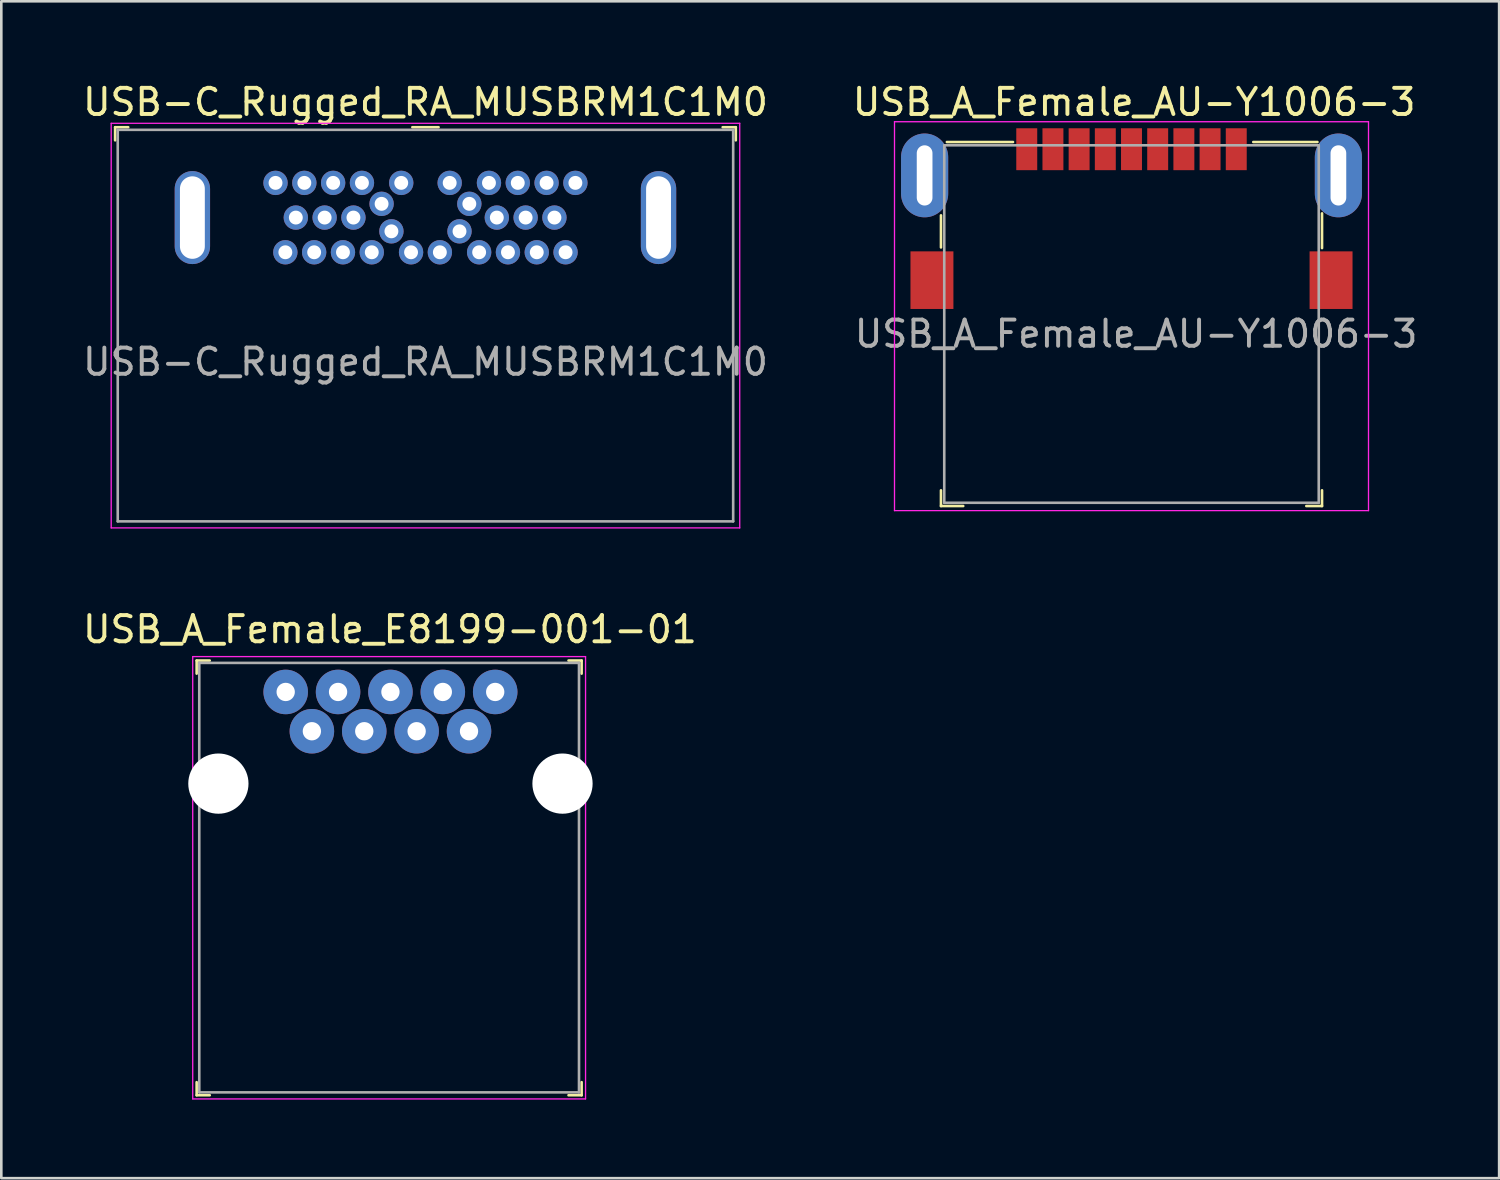
<source format=kicad_pcb>
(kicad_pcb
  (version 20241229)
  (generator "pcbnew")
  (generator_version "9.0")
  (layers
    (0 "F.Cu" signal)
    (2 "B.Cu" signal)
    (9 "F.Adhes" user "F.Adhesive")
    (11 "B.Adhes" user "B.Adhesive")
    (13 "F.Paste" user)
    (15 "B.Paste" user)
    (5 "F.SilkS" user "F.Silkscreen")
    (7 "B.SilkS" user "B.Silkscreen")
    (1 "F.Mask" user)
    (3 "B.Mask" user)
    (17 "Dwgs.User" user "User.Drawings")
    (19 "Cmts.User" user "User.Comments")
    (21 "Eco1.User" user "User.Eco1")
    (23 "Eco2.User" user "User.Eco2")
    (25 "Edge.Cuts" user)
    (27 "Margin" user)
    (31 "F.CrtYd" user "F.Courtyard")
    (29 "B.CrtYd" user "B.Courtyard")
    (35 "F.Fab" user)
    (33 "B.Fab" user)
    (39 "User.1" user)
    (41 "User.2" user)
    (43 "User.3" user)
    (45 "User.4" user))
  (footprint "USB_A_Female_E8199-001-01"
    (layer "F.Cu")
    (at 8.859 24.872)
    (property "Reference" "USB_A_Female_E8199-001-01" (at 2.98 -3.89 0) (layer "F.SilkS") (effects (font (size 1 1) (thickness 0.15))))
    (attr through_hole)
    (fp_line (start -4.4 -2.7) (end -4.4 -2.2) (stroke (width 0.1) (type solid)) (layer "F.SilkS"))
    (fp_line (start -4.4 -2.7) (end -3.9 -2.7) (stroke (width 0.1) (type solid)) (layer "F.SilkS"))
    (fp_line (start -4.4 13.9) (end -4.4 13.4) (stroke (width 0.1) (type solid)) (layer "F.SilkS"))
    (fp_line (start -4.4 13.9) (end -3.9 13.9) (stroke (width 0.1) (type solid)) (layer "F.SilkS"))
    (fp_line (start 10.3 -2.7) (end 9.8 -2.7) (stroke (width 0.1) (type solid)) (layer "F.SilkS"))
    (fp_line (start 10.3 -2.7) (end 10.3 -2.2) (stroke (width 0.1) (type solid)) (layer "F.SilkS"))
    (fp_line (start 10.3 13.9) (end 9.8 13.9) (stroke (width 0.1) (type solid)) (layer "F.SilkS"))
    (fp_line (start 10.3 13.9) (end 10.3 13.4) (stroke (width 0.1) (type solid)) (layer "F.SilkS"))
    (fp_line (start -4.55 -2.85) (end -4.55 14.04) (stroke (width 0.05) (type solid)) (layer "F.CrtYd"))
    (fp_line (start -4.55 -2.85) (end 10.45 -2.85) (stroke (width 0.05) (type solid)) (layer "F.CrtYd"))
    (fp_line (start -4.55 14.04) (end 10.45 14.04) (stroke (width 0.05) (type solid)) (layer "F.CrtYd"))
    (fp_line (start 10.45 -2.85) (end 10.45 14.04) (stroke (width 0.05) (type solid)) (layer "F.CrtYd"))
    (fp_line (start -4.3 -2.61) (end 10.2 -2.61) (stroke (width 0.1) (type solid)) (layer "F.Fab"))
    (fp_line (start -4.3 13.79) (end -4.3 -2.61) (stroke (width 0.1) (type solid)) (layer "F.Fab"))
    (fp_line (start -4.3 13.79) (end 10.2 13.79) (stroke (width 0.1) (type solid)) (layer "F.Fab"))
    (fp_line (start 10.2 -2.61) (end 10.2 13.79) (stroke (width 0.1) (type solid)) (layer "F.Fab"))
    (pad "" np_thru_hole circle (at -3.57 2) (size 2.3 2.3) (drill 2.3) (layers "*.Cu" "*.Mask"))
    (pad "" np_thru_hole circle (at 9.57 2) (size 2.3 2.3) (drill 2.3) (layers "*.Cu" "*.Mask"))
    (pad "1" thru_hole circle (at 0 0) (size 1.7 1.7) (drill 0.7) (layers "*.Cu" "*.Mask"))
    (pad "2" thru_hole circle (at 2 0) (size 1.7 1.7) (drill 0.7) (layers "*.Cu" "*.Mask"))
    (pad "3" thru_hole circle (at 4 0) (size 1.7 1.7) (drill 0.7) (layers "*.Cu" "*.Mask"))
    (pad "4" thru_hole circle (at 6 0) (size 1.7 1.7) (drill 0.7) (layers "*.Cu" "*.Mask"))
    (pad "5" thru_hole circle (at 7 -1.5) (size 1.7 1.7) (drill 0.7) (layers "*.Cu" "*.Mask"))
    (pad "6" thru_hole circle (at 5 -1.5) (size 1.7 1.7) (drill 0.7) (layers "*.Cu" "*.Mask"))
    (pad "7" thru_hole circle (at 3 -1.5) (size 1.7 1.7) (drill 0.7) (layers "*.Cu" "*.Mask"))
    (pad "8" thru_hole circle (at 1 -1.5) (size 1.7 1.7) (drill 0.7) (layers "*.Cu" "*.Mask"))
    (pad "9" thru_hole circle (at -1 -1.5) (size 1.7 1.7) (drill 0.7) (layers "*.Cu" "*.Mask")))
  (footprint "USB-C_Rugged_RA_MUSBRM1C1M0"
    (layer "F.Cu")
    (at 13.196 5.258)
    (property "Reference" "USB-C_Rugged_RA_MUSBRM1C1M0" (at 0 -4.41 0) (layer "F.SilkS") (effects (font (size 1 1) (thickness 0.15))))
    (attr through_hole)
    (fp_line (start -11.85 -3.45) (end -11.85 -2.95) (stroke (width 0.1) (type solid)) (layer "F.SilkS"))
    (fp_line (start -11.85 -3.45) (end -11.35 -3.45) (stroke (width 0.1) (type solid)) (layer "F.SilkS"))
    (fp_line (start -0.5 -3.45) (end 0.5 -3.45) (stroke (width 0.1) (type solid)) (layer "F.SilkS"))
    (fp_line (start 11.85 -3.45) (end 11.35 -3.45) (stroke (width 0.1) (type solid)) (layer "F.SilkS"))
    (fp_line (start 11.85 -3.45) (end 11.85 -2.95) (stroke (width 0.1) (type solid)) (layer "F.SilkS"))
    (fp_line (start -12 -3.6) (end -12 11.85) (stroke (width 0.05) (type solid)) (layer "F.CrtYd"))
    (fp_line (start -12 -3.6) (end 12 -3.6) (stroke (width 0.05) (type solid)) (layer "F.CrtYd"))
    (fp_line (start -12 11.85) (end 12 11.85) (stroke (width 0.05) (type solid)) (layer "F.CrtYd"))
    (fp_line (start 12 -3.6) (end 12 11.85) (stroke (width 0.05) (type solid)) (layer "F.CrtYd"))
    (fp_line (start -11.75 -3.35) (end -11.75 11.6) (stroke (width 0.1) (type solid)) (layer "F.Fab"))
    (fp_line (start 11.75 -3.35) (end -11.75 -3.35) (stroke (width 0.1) (type solid)) (layer "F.Fab"))
    (fp_line (start 11.75 -3.35) (end 11.75 11.6) (stroke (width 0.1) (type solid)) (layer "F.Fab"))
    (fp_line (start 11.75 11.6) (end -11.75 11.6) (stroke (width 0.1) (type solid)) (layer "F.Fab"))
    (fp_text user "${REFERENCE}" (at 0 5.51 0) (layer "F.Fab") (effects (font (size 1 1) (thickness 0.15))))
    (pad "A1" thru_hole circle (at -5.725 -1.325) (size 0.93 0.93) (drill 0.53) (layers "*.Cu" "*.Mask"))
    (pad "A2" thru_hole circle (at -4.625 -1.325) (size 0.93 0.93) (drill 0.53) (layers "*.Cu" "*.Mask"))
    (pad "A3" thru_hole circle (at -3.525 -1.325) (size 0.93 0.93) (drill 0.53) (layers "*.Cu" "*.Mask"))
    (pad "A4" thru_hole circle (at -2.425 -1.325) (size 0.93 0.93) (drill 0.53) (layers "*.Cu" "*.Mask"))
    (pad "A5" thru_hole circle (at -1.675 -0.525) (size 0.93 0.93) (drill 0.53) (layers "*.Cu" "*.Mask"))
    (pad "A6" thru_hole circle (at -0.925 -1.325) (size 0.93 0.93) (drill 0.53) (layers "*.Cu" "*.Mask"))
    (pad "A7" thru_hole circle (at 0.925 -1.325) (size 0.93 0.93) (drill 0.53) (layers "*.Cu" "*.Mask"))
    (pad "A8" thru_hole circle (at 1.675 -0.525) (size 0.93 0.93) (drill 0.53) (layers "*.Cu" "*.Mask"))
    (pad "A9" thru_hole circle (at 2.425 -1.325) (size 0.93 0.93) (drill 0.53) (layers "*.Cu" "*.Mask"))
    (pad "A10" thru_hole circle (at 3.525 -1.325) (size 0.93 0.93) (drill 0.53) (layers "*.Cu" "*.Mask"))
    (pad "A11" thru_hole circle (at 4.625 -1.325) (size 0.93 0.93) (drill 0.53) (layers "*.Cu" "*.Mask"))
    (pad "A12" thru_hole circle (at 5.725 -1.325) (size 0.93 0.93) (drill 0.53) (layers "*.Cu" "*.Mask"))
    (pad "B1" thru_hole circle (at 5.35 1.325) (size 0.93 0.93) (drill 0.53) (layers "*.Cu" "*.Mask"))
    (pad "B2" thru_hole circle (at 4.25 1.325) (size 0.93 0.93) (drill 0.53) (layers "*.Cu" "*.Mask"))
    (pad "B3" thru_hole circle (at 3.15 1.325) (size 0.93 0.93) (drill 0.53) (layers "*.Cu" "*.Mask"))
    (pad "B4" thru_hole circle (at 2.05 1.325) (size 0.93 0.93) (drill 0.53) (layers "*.Cu" "*.Mask"))
    (pad "B5" thru_hole circle (at 1.3 0.525) (size 0.93 0.93) (drill 0.53) (layers "*.Cu" "*.Mask"))
    (pad "B6" thru_hole circle (at 0.55 1.325) (size 0.93 0.93) (drill 0.53) (layers "*.Cu" "*.Mask"))
    (pad "B7" thru_hole circle (at -0.55 1.325) (size 0.93 0.93) (drill 0.53) (layers "*.Cu" "*.Mask"))
    (pad "B8" thru_hole circle (at -1.3 0.525) (size 0.93 0.93) (drill 0.53) (layers "*.Cu" "*.Mask"))
    (pad "B9" thru_hole circle (at -2.05 1.325) (size 0.93 0.93) (drill 0.53) (layers "*.Cu" "*.Mask"))
    (pad "B10" thru_hole circle (at -3.15 1.325) (size 0.93 0.93) (drill 0.53) (layers "*.Cu" "*.Mask"))
    (pad "B11" thru_hole circle (at -4.25 1.325) (size 0.93 0.93) (drill 0.53) (layers "*.Cu" "*.Mask"))
    (pad "B12" thru_hole circle (at -5.35 1.325) (size 0.93 0.93) (drill 0.53) (layers "*.Cu" "*.Mask"))
    (pad "G1" thru_hole circle (at -4.95 0) (size 0.93 0.93) (drill 0.53) (layers "*.Cu" "*.Mask"))
    (pad "G2" thru_hole circle (at -3.85 0) (size 0.93 0.93) (drill 0.53) (layers "*.Cu" "*.Mask"))
    (pad "G3" thru_hole circle (at -2.75 0) (size 0.93 0.93) (drill 0.53) (layers "*.Cu" "*.Mask"))
    (pad "G4" thru_hole circle (at 2.725 0) (size 0.93 0.93) (drill 0.53) (layers "*.Cu" "*.Mask"))
    (pad "G5" thru_hole circle (at 3.825 0) (size 0.93 0.93) (drill 0.53) (layers "*.Cu" "*.Mask"))
    (pad "G6" thru_hole circle (at 4.925 0) (size 0.93 0.93) (drill 0.53) (layers "*.Cu" "*.Mask"))
    (pad "SH" thru_hole oval (at -8.9 0) (size 1.35 3.55) (drill oval 0.95 3.15) (layers "*.Cu" "*.Mask"))
    (pad "SH" thru_hole oval (at 8.9 0) (size 1.35 3.55) (drill oval 0.95 3.15) (layers "*.Cu" "*.Mask")))
  (footprint "USB_A_Female_AU-Y1006-3"
    (layer "F.Cu")
    (at 40.156 3.648)
    (property "Reference" "USB_A_Female_AU-Y1006-3" (at 0.1 -2.8 0) (layer "F.SilkS") (effects (font (size 1 1) (thickness 0.15))))
    (attr smd)
    (fp_line (start -7.275 1.525) (end -7.275 2.75) (stroke (width 0.1) (type solid)) (layer "F.SilkS"))
    (fp_line (start -7.275 12.625) (end -7.275 12.025) (stroke (width 0.1) (type solid)) (layer "F.SilkS"))
    (fp_line (start -7.05 -1.275) (end -4.525 -1.275) (stroke (width 0.1) (type solid)) (layer "F.SilkS"))
    (fp_line (start -6.425 12.625) (end -7.275 12.625) (stroke (width 0.1) (type solid)) (layer "F.SilkS"))
    (fp_line (start 7.1 -1.275) (end 4.65 -1.275) (stroke (width 0.1) (type solid)) (layer "F.SilkS"))
    (fp_line (start 7.275 1.45) (end 7.275 2.775) (stroke (width 0.1) (type solid)) (layer "F.SilkS"))
    (fp_line (start 7.275 12.025) (end 7.275 12.625) (stroke (width 0.1) (type solid)) (layer "F.SilkS"))
    (fp_line (start 7.275 12.625) (end 6.675 12.625) (stroke (width 0.1) (type solid)) (layer "F.SilkS"))
    (fp_line (start -9.05 -2.05) (end -9.05 12.8) (stroke (width 0.05) (type solid)) (layer "F.CrtYd"))
    (fp_line (start -9.05 -2.05) (end 9.05 -2.05) (stroke (width 0.05) (type solid)) (layer "F.CrtYd"))
    (fp_line (start -9.05 12.8) (end 9.05 12.8) (stroke (width 0.05) (type solid)) (layer "F.CrtYd"))
    (fp_line (start 9.05 -2.05) (end 9.05 12.8) (stroke (width 0.05) (type solid)) (layer "F.CrtYd"))
    (fp_line (start -7.15 -1.15) (end -7.15 12.5) (stroke (width 0.1) (type solid)) (layer "F.Fab"))
    (fp_line (start -7.15 -1.15) (end 7.15 -1.15) (stroke (width 0.1) (type solid)) (layer "F.Fab"))
    (fp_line (start -7.15 12.5) (end 7.15 12.5) (stroke (width 0.1) (type solid)) (layer "F.Fab"))
    (fp_line (start 7.15 -1.15) (end 7.15 12.5) (stroke (width 0.1) (type solid)) (layer "F.Fab"))
    (fp_text user "${REFERENCE}" (at 0.175 6.05 0) (layer "F.Fab") (effects (font (size 1 1) (thickness 0.15))))
    (pad "1" smd rect (at -3 -1) (size 0.8 1.6) (layers "F.Cu" "F.Mask" "F.Paste"))
    (pad "2" smd rect (at -1 -1) (size 0.8 1.6) (layers "F.Cu" "F.Mask" "F.Paste"))
    (pad "3" smd rect (at 1 -1) (size 0.8 1.6) (layers "F.Cu" "F.Mask" "F.Paste"))
    (pad "4" smd rect (at 3 -1) (size 0.8 1.6) (layers "F.Cu" "F.Mask" "F.Paste"))
    (pad "5" smd rect (at 4 -1) (size 0.8 1.6) (layers "F.Cu" "F.Mask" "F.Paste"))
    (pad "6" smd rect (at 2 -1) (size 0.8 1.6) (layers "F.Cu" "F.Mask" "F.Paste"))
    (pad "7" smd rect (at 0 -1) (size 0.8 1.6) (layers "F.Cu" "F.Mask" "F.Paste"))
    (pad "8" smd rect (at -2 -1) (size 0.8 1.6) (layers "F.Cu" "F.Mask" "F.Paste"))
    (pad "9" smd rect (at -4 -1) (size 0.8 1.6) (layers "F.Cu" "F.Mask" "F.Paste"))
    (pad "SH" thru_hole oval (at -7.9 0) (size 1.8 3.2) (drill oval 0.6 2.3) (layers "*.Cu" "*.Mask"))
    (pad "SH" smd rect (at -7.62 4) (size 1.64 2.2) (layers "F.Cu" "F.Mask" "F.Paste"))
    (pad "SH" smd rect (at 7.62 4) (size 1.64 2.2) (layers "F.Cu" "F.Mask" "F.Paste"))
    (pad "SH" thru_hole oval (at 7.9 0) (size 1.8 3.2) (drill oval 0.6 2.3) (layers "*.Cu" "*.Mask")))
  (gr_rect
    (start -3 -3)
    (end 54.194 41.937)
    (stroke (width 0.1) (type default))
    (fill no)
    (layer "Edge.Cuts")))
</source>
